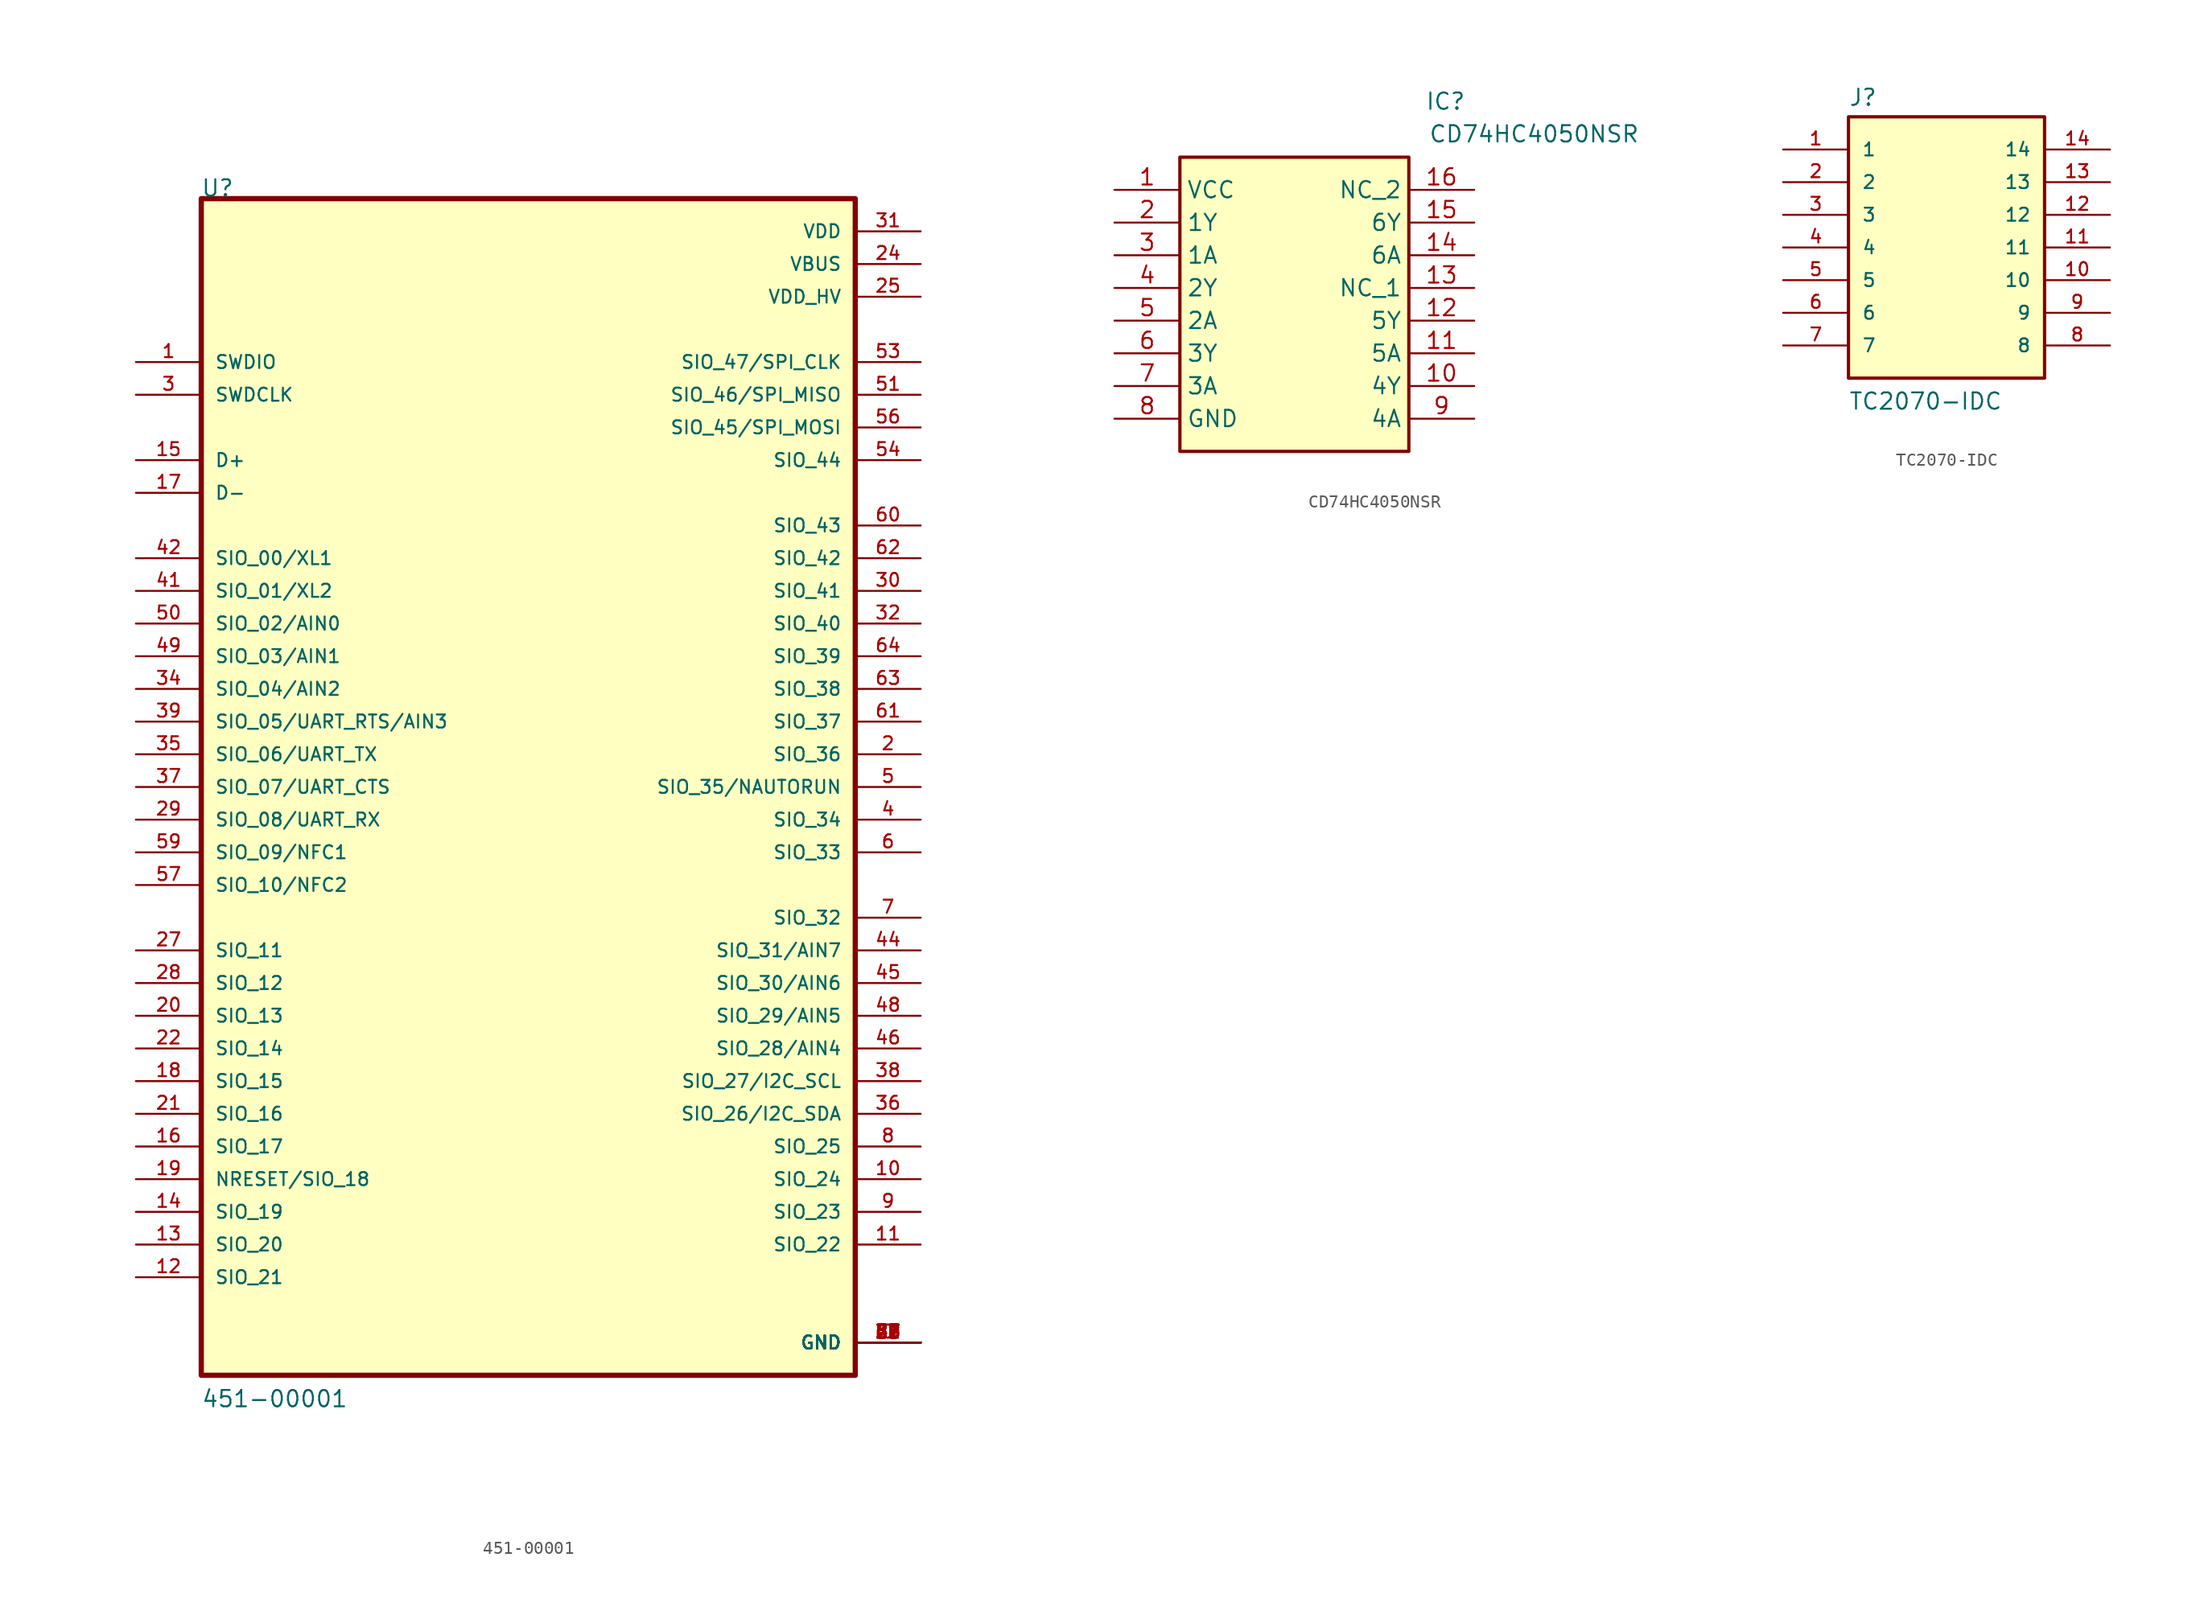
<source format=kicad_sym>
(kicad_symbol_lib
  (version 20231120)
  (generator "kicad_symbol_editor")
  (generator_version "8.0")
  (symbol "451-00001"
    (pin_names
      (offset 1.016))
    (property "Reference" "U"
      (at -25.441 45.794 0)
      (effects (font (size 1.27 1.27)) (justify left bottom)))
    (property "Value" "451-00001"
      (at -25.417 -48.293 0)
      (effects (font (size 1.27 1.27)) (justify left bottom)))
    (symbol "451-00001_0_0"
      (rectangle (start -25.4 -45.72) (end 25.4 45.72) (stroke (width 0.406) (type default)) (fill (type background)))
      (pin power_in line (at 30.48 -43.18 180) (length 5.08) (name "GND" (effects (font (size 1.016 1.016)))) (number "0" (effects (font (size 1.016 1.016)))))
      (pin input line (at -30.48 33.02 0) (length 5.08) (name "SWDIO" (effects (font (size 1.016 1.016)))) (number "1" (effects (font (size 1.016 1.016)))))
      (pin bidirectional line (at 30.48 -30.48 180) (length 5.08) (name "SIO_24" (effects (font (size 1.016 1.016)))) (number "10" (effects (font (size 1.016 1.016)))))
      (pin bidirectional line (at 30.48 -35.56 180) (length 5.08) (name "SIO_22" (effects (font (size 1.016 1.016)))) (number "11" (effects (font (size 1.016 1.016)))))
      (pin bidirectional line (at -30.48 -38.1 0) (length 5.08) (name "SIO_21" (effects (font (size 1.016 1.016)))) (number "12" (effects (font (size 1.016 1.016)))))
      (pin bidirectional line (at -30.48 -35.56 0) (length 5.08) (name "SIO_20" (effects (font (size 1.016 1.016)))) (number "13" (effects (font (size 1.016 1.016)))))
      (pin bidirectional line (at -30.48 -33.02 0) (length 5.08) (name "SIO_19" (effects (font (size 1.016 1.016)))) (number "14" (effects (font (size 1.016 1.016)))))
      (pin bidirectional line (at -30.48 25.4 0) (length 5.08) (name "D+" (effects (font (size 1.016 1.016)))) (number "15" (effects (font (size 1.016 1.016)))))
      (pin bidirectional line (at -30.48 -27.94 0) (length 5.08) (name "SIO_17" (effects (font (size 1.016 1.016)))) (number "16" (effects (font (size 1.016 1.016)))))
      (pin bidirectional line (at -30.48 22.86 0) (length 5.08) (name "D-" (effects (font (size 1.016 1.016)))) (number "17" (effects (font (size 1.016 1.016)))))
      (pin bidirectional line (at -30.48 -22.86 0) (length 5.08) (name "SIO_15" (effects (font (size 1.016 1.016)))) (number "18" (effects (font (size 1.016 1.016)))))
      (pin bidirectional line (at -30.48 -30.48 0) (length 5.08) (name "NRESET/SIO_18" (effects (font (size 1.016 1.016)))) (number "19" (effects (font (size 1.016 1.016)))))
      (pin bidirectional line (at 30.48 2.54 180) (length 5.08) (name "SIO_36" (effects (font (size 1.016 1.016)))) (number "2" (effects (font (size 1.016 1.016)))))
      (pin bidirectional line (at -30.48 -17.78 0) (length 5.08) (name "SIO_13" (effects (font (size 1.016 1.016)))) (number "20" (effects (font (size 1.016 1.016)))))
      (pin bidirectional line (at -30.48 -25.4 0) (length 5.08) (name "SIO_16" (effects (font (size 1.016 1.016)))) (number "21" (effects (font (size 1.016 1.016)))))
      (pin bidirectional line (at -30.48 -20.32 0) (length 5.08) (name "SIO_14" (effects (font (size 1.016 1.016)))) (number "22" (effects (font (size 1.016 1.016)))))
      (pin power_in line (at 30.48 -43.18 180) (length 5.08) (name "GND" (effects (font (size 1.016 1.016)))) (number "23" (effects (font (size 1.016 1.016)))))
      (pin power_in line (at 30.48 40.64 180) (length 5.08) (name "VBUS" (effects (font (size 1.016 1.016)))) (number "24" (effects (font (size 1.016 1.016)))))
      (pin power_in line (at 30.48 38.1 180) (length 5.08) (name "VDD_HV" (effects (font (size 1.016 1.016)))) (number "25" (effects (font (size 1.016 1.016)))))
      (pin power_in line (at 30.48 -43.18 180) (length 5.08) (name "GND" (effects (font (size 1.016 1.016)))) (number "26" (effects (font (size 1.016 1.016)))))
      (pin bidirectional line (at -30.48 -12.7 0) (length 5.08) (name "SIO_11" (effects (font (size 1.016 1.016)))) (number "27" (effects (font (size 1.016 1.016)))))
      (pin bidirectional line (at -30.48 -15.24 0) (length 5.08) (name "SIO_12" (effects (font (size 1.016 1.016)))) (number "28" (effects (font (size 1.016 1.016)))))
      (pin bidirectional line (at -30.48 -2.54 0) (length 5.08) (name "SIO_08/UART_RX" (effects (font (size 1.016 1.016)))) (number "29" (effects (font (size 1.016 1.016)))))
      (pin bidirectional line (at -30.48 30.48 0) (length 5.08) (name "SWDCLK" (effects (font (size 1.016 1.016)))) (number "3" (effects (font (size 1.016 1.016)))))
      (pin bidirectional line (at 30.48 15.24 180) (length 5.08) (name "SIO_41" (effects (font (size 1.016 1.016)))) (number "30" (effects (font (size 1.016 1.016)))))
      (pin power_in line (at 30.48 43.18 180) (length 5.08) (name "VDD" (effects (font (size 1.016 1.016)))) (number "31" (effects (font (size 1.016 1.016)))))
      (pin bidirectional line (at 30.48 12.7 180) (length 5.08) (name "SIO_40" (effects (font (size 1.016 1.016)))) (number "32" (effects (font (size 1.016 1.016)))))
      (pin power_in line (at 30.48 -43.18 180) (length 5.08) (name "GND" (effects (font (size 1.016 1.016)))) (number "33" (effects (font (size 1.016 1.016)))))
      (pin bidirectional line (at -30.48 7.62 0) (length 5.08) (name "SIO_04/AIN2" (effects (font (size 1.016 1.016)))) (number "34" (effects (font (size 1.016 1.016)))))
      (pin bidirectional line (at -30.48 2.54 0) (length 5.08) (name "SIO_06/UART_TX" (effects (font (size 1.016 1.016)))) (number "35" (effects (font (size 1.016 1.016)))))
      (pin bidirectional line (at 30.48 -25.4 180) (length 5.08) (name "SIO_26/I2C_SDA" (effects (font (size 1.016 1.016)))) (number "36" (effects (font (size 1.016 1.016)))))
      (pin bidirectional line (at -30.48 0 0) (length 5.08) (name "SIO_07/UART_CTS" (effects (font (size 1.016 1.016)))) (number "37" (effects (font (size 1.016 1.016)))))
      (pin bidirectional line (at 30.48 -22.86 180) (length 5.08) (name "SIO_27/I2C_SCL" (effects (font (size 1.016 1.016)))) (number "38" (effects (font (size 1.016 1.016)))))
      (pin bidirectional line (at -30.48 5.08 0) (length 5.08) (name "SIO_05/UART_RTS/AIN3" (effects (font (size 1.016 1.016)))) (number "39" (effects (font (size 1.016 1.016)))))
      (pin bidirectional line (at 30.48 -2.54 180) (length 5.08) (name "SIO_34" (effects (font (size 1.016 1.016)))) (number "4" (effects (font (size 1.016 1.016)))))
      (pin power_in line (at 30.48 -43.18 180) (length 5.08) (name "GND" (effects (font (size 1.016 1.016)))) (number "40" (effects (font (size 1.016 1.016)))))
      (pin bidirectional line (at -30.48 15.24 0) (length 5.08) (name "SIO_01/XL2" (effects (font (size 1.016 1.016)))) (number "41" (effects (font (size 1.016 1.016)))))
      (pin bidirectional line (at -30.48 17.78 0) (length 5.08) (name "SIO_00/XL1" (effects (font (size 1.016 1.016)))) (number "42" (effects (font (size 1.016 1.016)))))
      (pin power_in line (at 30.48 -43.18 180) (length 5.08) (name "GND" (effects (font (size 1.016 1.016)))) (number "43" (effects (font (size 1.016 1.016)))))
      (pin bidirectional line (at 30.48 -12.7 180) (length 5.08) (name "SIO_31/AIN7" (effects (font (size 1.016 1.016)))) (number "44" (effects (font (size 1.016 1.016)))))
      (pin bidirectional line (at 30.48 -15.24 180) (length 5.08) (name "SIO_30/AIN6" (effects (font (size 1.016 1.016)))) (number "45" (effects (font (size 1.016 1.016)))))
      (pin bidirectional line (at 30.48 -20.32 180) (length 5.08) (name "SIO_28/AIN4" (effects (font (size 1.016 1.016)))) (number "46" (effects (font (size 1.016 1.016)))))
      (pin power_in line (at 30.48 -43.18 180) (length 5.08) (name "GND" (effects (font (size 1.016 1.016)))) (number "47" (effects (font (size 1.016 1.016)))))
      (pin bidirectional line (at 30.48 -17.78 180) (length 5.08) (name "SIO_29/AIN5" (effects (font (size 1.016 1.016)))) (number "48" (effects (font (size 1.016 1.016)))))
      (pin bidirectional line (at -30.48 10.16 0) (length 5.08) (name "SIO_03/AIN1" (effects (font (size 1.016 1.016)))) (number "49" (effects (font (size 1.016 1.016)))))
      (pin bidirectional line (at 30.48 0 180) (length 5.08) (name "SIO_35/NAUTORUN" (effects (font (size 1.016 1.016)))) (number "5" (effects (font (size 1.016 1.016)))))
      (pin bidirectional line (at -30.48 12.7 0) (length 5.08) (name "SIO_02/AIN0" (effects (font (size 1.016 1.016)))) (number "50" (effects (font (size 1.016 1.016)))))
      (pin bidirectional line (at 30.48 30.48 180) (length 5.08) (name "SIO_46/SPI_MISO" (effects (font (size 1.016 1.016)))) (number "51" (effects (font (size 1.016 1.016)))))
      (pin power_in line (at 30.48 -43.18 180) (length 5.08) (name "GND" (effects (font (size 1.016 1.016)))) (number "52" (effects (font (size 1.016 1.016)))))
      (pin bidirectional line (at 30.48 33.02 180) (length 5.08) (name "SIO_47/SPI_CLK" (effects (font (size 1.016 1.016)))) (number "53" (effects (font (size 1.016 1.016)))))
      (pin bidirectional line (at 30.48 25.4 180) (length 5.08) (name "SIO_44" (effects (font (size 1.016 1.016)))) (number "54" (effects (font (size 1.016 1.016)))))
      (pin power_in line (at 30.48 -43.18 180) (length 5.08) (name "GND" (effects (font (size 1.016 1.016)))) (number "55" (effects (font (size 1.016 1.016)))))
      (pin bidirectional line (at 30.48 27.94 180) (length 5.08) (name "SIO_45/SPI_MOSI" (effects (font (size 1.016 1.016)))) (number "56" (effects (font (size 1.016 1.016)))))
      (pin bidirectional line (at -30.48 -7.62 0) (length 5.08) (name "SIO_10/NFC2" (effects (font (size 1.016 1.016)))) (number "57" (effects (font (size 1.016 1.016)))))
      (pin power_in line (at 30.48 -43.18 180) (length 5.08) (name "GND" (effects (font (size 1.016 1.016)))) (number "58" (effects (font (size 1.016 1.016)))))
      (pin bidirectional line (at -30.48 -5.08 0) (length 5.08) (name "SIO_09/NFC1" (effects (font (size 1.016 1.016)))) (number "59" (effects (font (size 1.016 1.016)))))
      (pin bidirectional line (at 30.48 -5.08 180) (length 5.08) (name "SIO_33" (effects (font (size 1.016 1.016)))) (number "6" (effects (font (size 1.016 1.016)))))
      (pin bidirectional line (at 30.48 20.32 180) (length 5.08) (name "SIO_43" (effects (font (size 1.016 1.016)))) (number "60" (effects (font (size 1.016 1.016)))))
      (pin bidirectional line (at 30.48 5.08 180) (length 5.08) (name "SIO_37" (effects (font (size 1.016 1.016)))) (number "61" (effects (font (size 1.016 1.016)))))
      (pin bidirectional line (at 30.48 17.78 180) (length 5.08) (name "SIO_42" (effects (font (size 1.016 1.016)))) (number "62" (effects (font (size 1.016 1.016)))))
      (pin bidirectional line (at 30.48 7.62 180) (length 5.08) (name "SIO_38" (effects (font (size 1.016 1.016)))) (number "63" (effects (font (size 1.016 1.016)))))
      (pin bidirectional line (at 30.48 10.16 180) (length 5.08) (name "SIO_39" (effects (font (size 1.016 1.016)))) (number "64" (effects (font (size 1.016 1.016)))))
      (pin power_in line (at 30.48 -43.18 180) (length 5.08) (name "GND" (effects (font (size 1.016 1.016)))) (number "65" (effects (font (size 1.016 1.016)))))
      (pin power_in line (at 30.48 -43.18 180) (length 5.08) (name "GND" (effects (font (size 1.016 1.016)))) (number "66" (effects (font (size 1.016 1.016)))))
      (pin power_in line (at 30.48 -43.18 180) (length 5.08) (name "GND" (effects (font (size 1.016 1.016)))) (number "67" (effects (font (size 1.016 1.016)))))
      (pin power_in line (at 30.48 -43.18 180) (length 5.08) (name "GND" (effects (font (size 1.016 1.016)))) (number "68" (effects (font (size 1.016 1.016)))))
      (pin power_in line (at 30.48 -43.18 180) (length 5.08) (name "GND" (effects (font (size 1.016 1.016)))) (number "69" (effects (font (size 1.016 1.016)))))
      (pin bidirectional line (at 30.48 -10.16 180) (length 5.08) (name "SIO_32" (effects (font (size 1.016 1.016)))) (number "7" (effects (font (size 1.016 1.016)))))
      (pin power_in line (at 30.48 -43.18 180) (length 5.08) (name "GND" (effects (font (size 1.016 1.016)))) (number "70" (effects (font (size 1.016 1.016)))))
      (pin power_in line (at 30.48 -43.18 180) (length 5.08) (name "GND" (effects (font (size 1.016 1.016)))) (number "71" (effects (font (size 1.016 1.016)))))
      (pin bidirectional line (at 30.48 -27.94 180) (length 5.08) (name "SIO_25" (effects (font (size 1.016 1.016)))) (number "8" (effects (font (size 1.016 1.016)))))
      (pin bidirectional line (at 30.48 -33.02 180) (length 5.08) (name "SIO_23" (effects (font (size 1.016 1.016)))) (number "9" (effects (font (size 1.016 1.016)))))))
  (symbol "CD74HC4050NSR"
    (property "Reference" "IC"
      (at 24.13 7.62 0)
      (effects (font (size 1.27 1.27)) (justify left top)))
    (property "Value" "CD74HC4050NSR"
      (at 24.384 5.08 0)
      (effects (font (size 1.27 1.27)) (justify left top)))
    (symbol "CD74HC4050NSR_1_1"
      (rectangle (start 5.08 2.54) (end 22.86 -20.32) (stroke (width 0.254) (type default)) (fill (type background)))
      (pin passive line (at 0 0 0) (length 5.08) (name "VCC" (effects (font (size 1.27 1.27)))) (number "1" (effects (font (size 1.27 1.27)))))
      (pin passive line (at 27.94 -15.24 180) (length 5.08) (name "4Y" (effects (font (size 1.27 1.27)))) (number "10" (effects (font (size 1.27 1.27)))))
      (pin passive line (at 27.94 -12.7 180) (length 5.08) (name "5A" (effects (font (size 1.27 1.27)))) (number "11" (effects (font (size 1.27 1.27)))))
      (pin passive line (at 27.94 -10.16 180) (length 5.08) (name "5Y" (effects (font (size 1.27 1.27)))) (number "12" (effects (font (size 1.27 1.27)))))
      (pin passive line (at 27.94 -7.62 180) (length 5.08) (name "NC_1" (effects (font (size 1.27 1.27)))) (number "13" (effects (font (size 1.27 1.27)))))
      (pin passive line (at 27.94 -5.08 180) (length 5.08) (name "6A" (effects (font (size 1.27 1.27)))) (number "14" (effects (font (size 1.27 1.27)))))
      (pin passive line (at 27.94 -2.54 180) (length 5.08) (name "6Y" (effects (font (size 1.27 1.27)))) (number "15" (effects (font (size 1.27 1.27)))))
      (pin passive line (at 27.94 0 180) (length 5.08) (name "NC_2" (effects (font (size 1.27 1.27)))) (number "16" (effects (font (size 1.27 1.27)))))
      (pin passive line (at 0 -2.54 0) (length 5.08) (name "1Y" (effects (font (size 1.27 1.27)))) (number "2" (effects (font (size 1.27 1.27)))))
      (pin passive line (at 0 -5.08 0) (length 5.08) (name "1A" (effects (font (size 1.27 1.27)))) (number "3" (effects (font (size 1.27 1.27)))))
      (pin passive line (at 0 -7.62 0) (length 5.08) (name "2Y" (effects (font (size 1.27 1.27)))) (number "4" (effects (font (size 1.27 1.27)))))
      (pin passive line (at 0 -10.16 0) (length 5.08) (name "2A" (effects (font (size 1.27 1.27)))) (number "5" (effects (font (size 1.27 1.27)))))
      (pin passive line (at 0 -12.7 0) (length 5.08) (name "3Y" (effects (font (size 1.27 1.27)))) (number "6" (effects (font (size 1.27 1.27)))))
      (pin passive line (at 0 -15.24 0) (length 5.08) (name "3A" (effects (font (size 1.27 1.27)))) (number "7" (effects (font (size 1.27 1.27)))))
      (pin passive line (at 0 -17.78 0) (length 5.08) (name "GND" (effects (font (size 1.27 1.27)))) (number "8" (effects (font (size 1.27 1.27)))))
      (pin passive line (at 27.94 -17.78 180) (length 5.08) (name "4A" (effects (font (size 1.27 1.27)))) (number "9" (effects (font (size 1.27 1.27)))))))
  (symbol "TC2070-IDC"
    (pin_names
      (offset 1.016))
    (property "Reference" "J"
      (at -7.62 10.922 0)
      (effects (font (size 1.27 1.27)) (justify left bottom)))
    (property "Value" "TC2070-IDC"
      (at -7.62 -12.7 0)
      (effects (font (size 1.27 1.27)) (justify left bottom)))
    (symbol "TC2070-IDC_0_0"
      (rectangle (start -7.62 -10.16) (end 7.62 10.16) (stroke (width 0.254) (type default)) (fill (type background)))
      (pin passive line (at -12.7 7.62 0) (length 5.08) (name "1" (effects (font (size 1.016 1.016)))) (number "1" (effects (font (size 1.016 1.016)))))
      (pin passive line (at 12.7 -2.54 180) (length 5.08) (name "10" (effects (font (size 1.016 1.016)))) (number "10" (effects (font (size 1.016 1.016)))))
      (pin passive line (at 12.7 0 180) (length 5.08) (name "11" (effects (font (size 1.016 1.016)))) (number "11" (effects (font (size 1.016 1.016)))))
      (pin passive line (at 12.7 2.54 180) (length 5.08) (name "12" (effects (font (size 1.016 1.016)))) (number "12" (effects (font (size 1.016 1.016)))))
      (pin passive line (at 12.7 5.08 180) (length 5.08) (name "13" (effects (font (size 1.016 1.016)))) (number "13" (effects (font (size 1.016 1.016)))))
      (pin passive line (at 12.7 7.62 180) (length 5.08) (name "14" (effects (font (size 1.016 1.016)))) (number "14" (effects (font (size 1.016 1.016)))))
      (pin passive line (at -12.7 5.08 0) (length 5.08) (name "2" (effects (font (size 1.016 1.016)))) (number "2" (effects (font (size 1.016 1.016)))))
      (pin passive line (at -12.7 2.54 0) (length 5.08) (name "3" (effects (font (size 1.016 1.016)))) (number "3" (effects (font (size 1.016 1.016)))))
      (pin passive line (at -12.7 0 0) (length 5.08) (name "4" (effects (font (size 1.016 1.016)))) (number "4" (effects (font (size 1.016 1.016)))))
      (pin passive line (at -12.7 -2.54 0) (length 5.08) (name "5" (effects (font (size 1.016 1.016)))) (number "5" (effects (font (size 1.016 1.016)))))
      (pin passive line (at -12.7 -5.08 0) (length 5.08) (name "6" (effects (font (size 1.016 1.016)))) (number "6" (effects (font (size 1.016 1.016)))))
      (pin passive line (at -12.7 -7.62 0) (length 5.08) (name "7" (effects (font (size 1.016 1.016)))) (number "7" (effects (font (size 1.016 1.016)))))
      (pin passive line (at 12.7 -7.62 180) (length 5.08) (name "8" (effects (font (size 1.016 1.016)))) (number "8" (effects (font (size 1.016 1.016)))))
      (pin passive line (at 12.7 -5.08 180) (length 5.08) (name "9" (effects (font (size 1.016 1.016)))) (number "9" (effects (font (size 1.016 1.016))))))))
</source>
